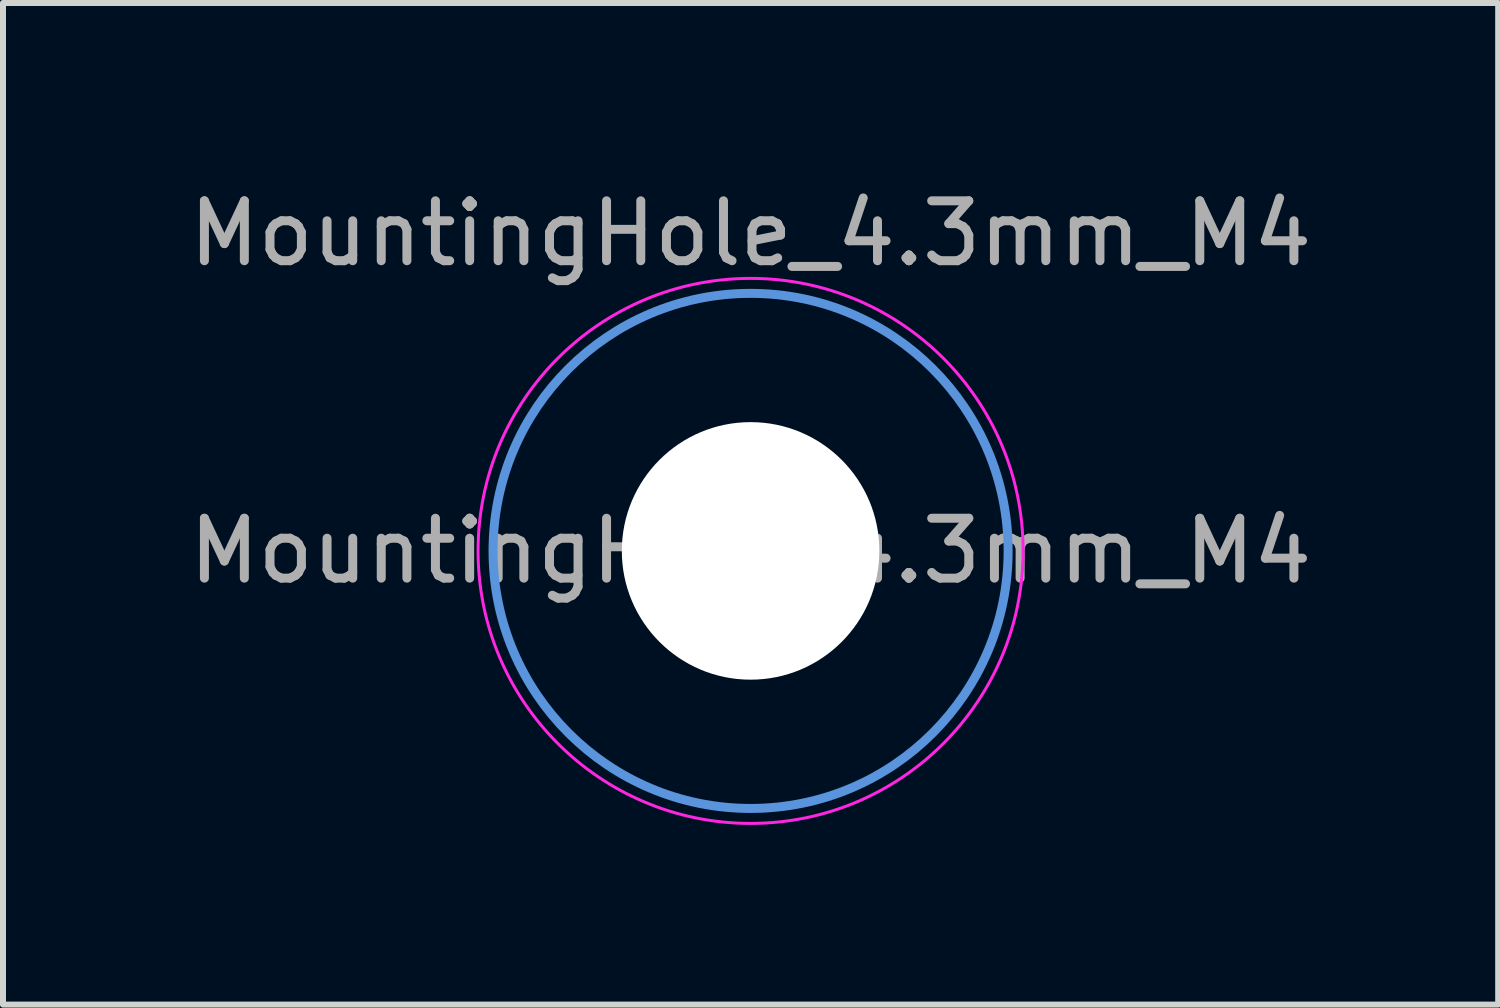
<source format=kicad_pcb>
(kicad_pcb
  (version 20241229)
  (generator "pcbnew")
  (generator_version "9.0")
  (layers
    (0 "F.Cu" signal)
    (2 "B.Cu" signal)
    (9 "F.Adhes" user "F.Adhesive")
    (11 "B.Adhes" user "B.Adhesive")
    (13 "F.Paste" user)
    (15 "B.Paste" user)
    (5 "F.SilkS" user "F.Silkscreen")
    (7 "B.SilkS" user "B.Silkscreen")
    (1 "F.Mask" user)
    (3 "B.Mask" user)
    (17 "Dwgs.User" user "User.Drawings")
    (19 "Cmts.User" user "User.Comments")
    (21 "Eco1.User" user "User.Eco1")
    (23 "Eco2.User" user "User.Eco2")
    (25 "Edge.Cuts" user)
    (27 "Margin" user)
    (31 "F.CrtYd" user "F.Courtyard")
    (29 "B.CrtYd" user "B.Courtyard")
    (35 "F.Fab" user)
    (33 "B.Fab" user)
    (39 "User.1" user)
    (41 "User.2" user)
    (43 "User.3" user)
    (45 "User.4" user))
  (footprint "MountingHole_4.3mm_M4"
    (layer "F.Cu")
    (at 9.482 6.148)
    (property "Reference" "MountingHole_4.3mm_M4" (at 0 -5.3 0) (layer "F.Fab") (effects (font (size 1 1) (thickness 0.15))))
    (attr exclude_from_pos_files)
    (fp_circle (center 0 0) (end 4.3 0) (stroke (width 0.15) (type solid)) (fill no) (layer "Cmts.User"))
    (fp_circle (center 0 0) (end 4.55 0) (stroke (width 0.05) (type solid)) (fill no) (layer "F.CrtYd"))
    (fp_text user "${REFERENCE}" (at 0 0 0) (layer "F.Fab") (effects (font (size 1 1) (thickness 0.15))))
    (pad "" np_thru_hole circle (at 0 0) (size 4.3 4.3) (drill 4.3) (layers "*.Cu" "*.Mask")))
  (gr_rect
    (start -3 -3)
    (end 21.964 13.723)
    (stroke (width 0.1) (type default))
    (fill no)
    (layer "Edge.Cuts")))
</source>
